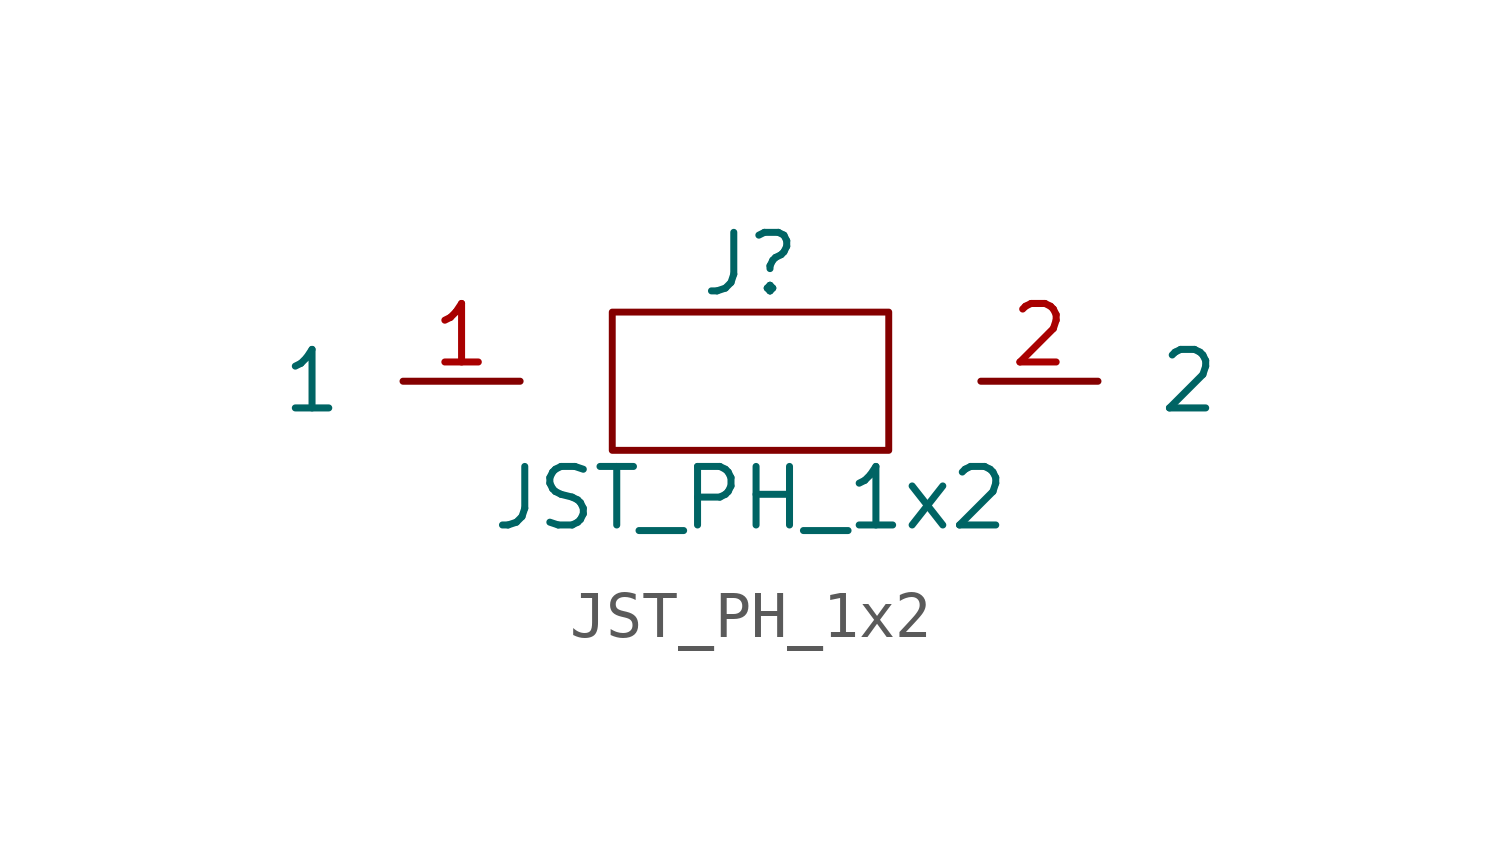
<source format=kicad_sym>
(kicad_symbol_lib
  (version 20211014)
  (generator kicad_symbol_editor)
  (symbol "JST_PH_1x2"
    (pin_names
      (offset 1.27))
    (property "Reference" "J"
      (at 0 2.54 0)
      (effects (font (size 1.27 1.27))))
    (property "Value" "JST_PH_1x2"
      (at 0 -2.54 0)
      (effects (font (size 1.27 1.27))))
    (rectangle
      (start -3 1.5)
      (end 3 -1.5)
      (stroke (width 0.15))
      (fill (type none)))
    (pin passive line
      (at -5 0 180)
      (length 2.54)
      (name "1")
      (number "1"))
    (pin passive line
      (at 5 0 0)
      (length 2.54)
      (name "2")
      (number "2"))))
</source>
